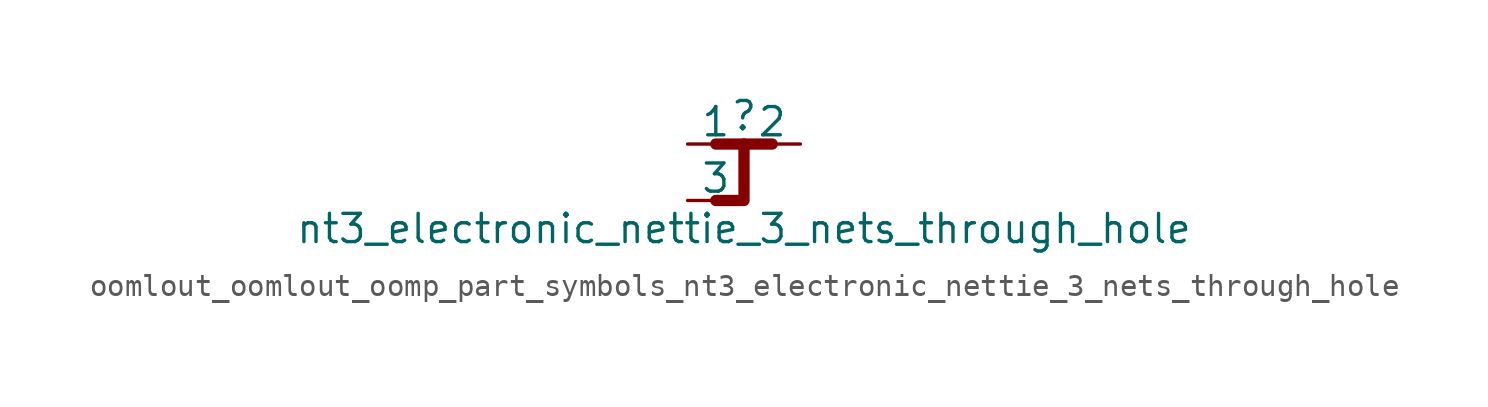
<source format=kicad_sym>
(kicad_symbol_lib
  (version 20220914)
  (generator kicad_symbol_editor)
  (symbol "oomlout_oomlout_oomp_part_symbols_nt3_electronic_nettie_3_nets_through_hole"
    (pin_numbers hide)
    (pin_names
      (offset 0))
    (property "Reference" ""
      (at 0 1.27 0)
      (effects (font (size 1.27 1.27))))
    (property "Value" "nt3_electronic_nettie_3_nets_through_hole"
      (at 0 -3.81 0)
      (effects (font (size 1.27 1.27))))
    (symbol "oomlout_oomlout_oomp_part_symbols_nt3_electronic_nettie_3_nets_through_hole_0_1"
      (polyline (pts (xy -1.27 0) (xy 1.27 0)) (stroke (width 0.508) (type default)) (fill (type none)))
      (polyline (pts (xy 0 0) (xy 0 -2.54) (xy -1.27 -2.54)) (stroke (width 0.508) (type default)) (fill (type none))))
    (symbol "oomlout_oomlout_oomp_part_symbols_nt3_electronic_nettie_3_nets_through_hole_1_1"
      (pin passive line (at -2.54 0 0) (length 2.54) (name "1" (effects (font (size 1.27 1.27)))) (number "1" (effects (font (size 1.27 1.27)))))
      (pin passive line (at 2.54 0 180) (length 2.54) (name "2" (effects (font (size 1.27 1.27)))) (number "2" (effects (font (size 1.27 1.27)))))
      (pin passive line (at -2.54 -2.54 0) (length 2.54) (name "3" (effects (font (size 1.27 1.27)))) (number "3" (effects (font (size 1.27 1.27))))))))
</source>
